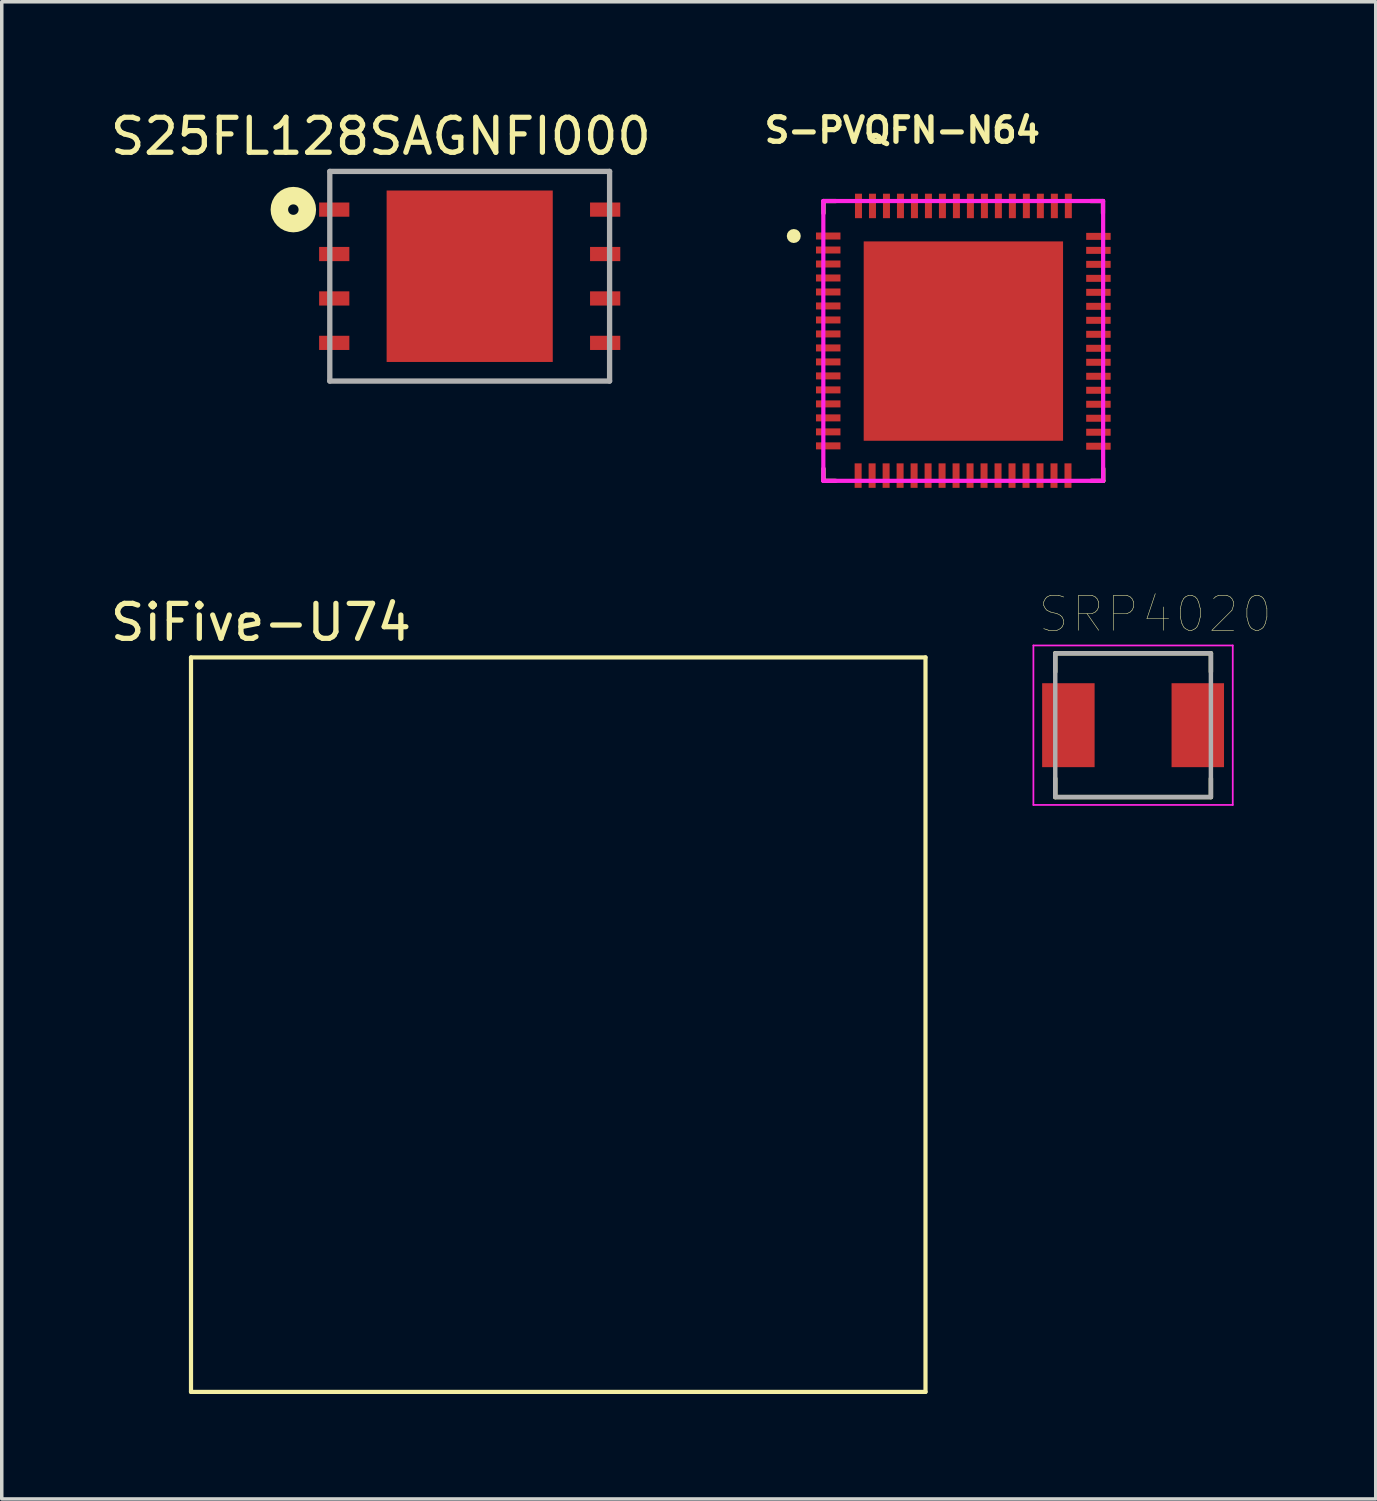
<source format=kicad_pcb>
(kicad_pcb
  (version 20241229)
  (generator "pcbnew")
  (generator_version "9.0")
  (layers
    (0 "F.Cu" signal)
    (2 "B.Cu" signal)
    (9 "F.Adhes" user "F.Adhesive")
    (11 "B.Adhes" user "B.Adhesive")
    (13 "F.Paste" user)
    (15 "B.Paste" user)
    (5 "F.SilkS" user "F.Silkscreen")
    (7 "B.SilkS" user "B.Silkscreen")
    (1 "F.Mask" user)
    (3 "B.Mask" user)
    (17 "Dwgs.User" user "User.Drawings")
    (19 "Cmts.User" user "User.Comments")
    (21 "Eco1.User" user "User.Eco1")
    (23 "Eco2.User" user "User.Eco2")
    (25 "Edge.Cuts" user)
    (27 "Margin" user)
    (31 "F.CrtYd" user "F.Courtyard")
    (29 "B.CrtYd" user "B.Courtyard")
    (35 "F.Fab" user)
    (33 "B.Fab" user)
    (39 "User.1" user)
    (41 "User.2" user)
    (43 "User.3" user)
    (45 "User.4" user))
  (footprint "SRP4020"
    (layer "F.Cu")
    (at 29.346 17.684)
    (property "Reference" "SRP4020" (at 0.635 -3.175 0) (layer "F.SilkS") (effects (font (size 1 1) (thickness 0.015))))
    (attr through_hole)
    (fp_line (start -2.225 -2.055) (end 2.225 -2.055) (stroke (width 0.127) (type solid)) (layer "F.SilkS"))
    (fp_line (start -2.225 -1.525) (end -2.225 -2.055) (stroke (width 0.127) (type solid)) (layer "F.SilkS"))
    (fp_line (start -2.225 2.055) (end -2.225 1.525) (stroke (width 0.127) (type solid)) (layer "F.SilkS"))
    (fp_line (start -2.225 2.055) (end 2.225 2.055) (stroke (width 0.127) (type solid)) (layer "F.SilkS"))
    (fp_line (start 2.225 -2.055) (end 2.225 -1.525) (stroke (width 0.127) (type solid)) (layer "F.SilkS"))
    (fp_line (start 2.225 2.055) (end 2.225 1.525) (stroke (width 0.127) (type solid)) (layer "F.SilkS"))
    (fp_line (start -2.85 -2.28) (end 2.85 -2.28) (stroke (width 0.05) (type solid)) (layer "F.CrtYd"))
    (fp_line (start -2.85 2.28) (end -2.85 -2.28) (stroke (width 0.05) (type solid)) (layer "F.CrtYd"))
    (fp_line (start 2.85 -2.28) (end 2.85 2.28) (stroke (width 0.05) (type solid)) (layer "F.CrtYd"))
    (fp_line (start 2.85 2.28) (end -2.85 2.28) (stroke (width 0.05) (type solid)) (layer "F.CrtYd"))
    (fp_line (start -2.225 -2.055) (end 2.225 -2.055) (stroke (width 0.127) (type solid)) (layer "F.Fab"))
    (fp_line (start -2.225 2.03) (end -2.225 -2.03) (stroke (width 0.127) (type solid)) (layer "F.Fab"))
    (fp_line (start 2.225 -2.03) (end 2.225 2.03) (stroke (width 0.127) (type solid)) (layer "F.Fab"))
    (fp_line (start 2.225 2.055) (end -2.225 2.055) (stroke (width 0.127) (type solid)) (layer "F.Fab"))
    (pad "1" smd rect (at -1.85 0) (size 1.5 2.4) (layers "F.Cu" "F.Mask" "F.Paste"))
    (pad "2" smd rect (at 1.85 0) (size 1.5 2.4) (layers "F.Cu" "F.Mask" "F.Paste")))
  (footprint "S25FL128SAGNFI000"
    (layer "F.Cu")
    (at 10.379 4.848)
    (property "Reference" "S25FL128SAGNFI000" (at -2.54 -4 0) (layer "F.SilkS") (effects (font (size 1 1) (thickness 0.15))))
    (attr through_hole)
    (fp_circle (center -5.042 -1.905) (end -4.892 -1.905) (stroke (width 0.5) (type solid)) (fill no) (layer "F.SilkS"))
    (fp_line (start -2.275 -2.351) (end -2.275 -0.917) (stroke (width 0.152) (type solid)) (layer "F.Paste"))
    (fp_line (start -2.275 -0.917) (end -0.892 -0.917) (stroke (width 0.152) (type solid)) (layer "F.Paste"))
    (fp_line (start -2.275 -0.717) (end -2.275 0.717) (stroke (width 0.152) (type solid)) (layer "F.Paste"))
    (fp_line (start -2.275 0.717) (end -0.892 0.717) (stroke (width 0.152) (type solid)) (layer "F.Paste"))
    (fp_line (start -2.275 0.917) (end -2.275 2.351) (stroke (width 0.152) (type solid)) (layer "F.Paste"))
    (fp_line (start -2.275 2.351) (end -0.892 2.351) (stroke (width 0.152) (type solid)) (layer "F.Paste"))
    (fp_line (start -0.892 -2.351) (end -2.275 -2.351) (stroke (width 0.152) (type solid)) (layer "F.Paste"))
    (fp_line (start -0.892 -0.917) (end -0.892 -2.351) (stroke (width 0.152) (type solid)) (layer "F.Paste"))
    (fp_line (start -0.892 -0.717) (end -2.275 -0.717) (stroke (width 0.152) (type solid)) (layer "F.Paste"))
    (fp_line (start -0.892 0.717) (end -0.892 -0.717) (stroke (width 0.152) (type solid)) (layer "F.Paste"))
    (fp_line (start -0.892 0.917) (end -2.275 0.917) (stroke (width 0.152) (type solid)) (layer "F.Paste"))
    (fp_line (start -0.892 2.351) (end -0.892 0.917) (stroke (width 0.152) (type solid)) (layer "F.Paste"))
    (fp_line (start -0.692 -2.351) (end -0.692 -0.917) (stroke (width 0.152) (type solid)) (layer "F.Paste"))
    (fp_line (start -0.692 -0.917) (end 0.692 -0.917) (stroke (width 0.152) (type solid)) (layer "F.Paste"))
    (fp_line (start -0.692 -0.717) (end -0.692 0.717) (stroke (width 0.152) (type solid)) (layer "F.Paste"))
    (fp_line (start -0.692 0.717) (end 0.692 0.717) (stroke (width 0.152) (type solid)) (layer "F.Paste"))
    (fp_line (start -0.692 0.917) (end -0.692 2.351) (stroke (width 0.152) (type solid)) (layer "F.Paste"))
    (fp_line (start -0.692 2.351) (end 0.692 2.351) (stroke (width 0.152) (type solid)) (layer "F.Paste"))
    (fp_line (start 0.692 -2.351) (end -0.692 -2.351) (stroke (width 0.152) (type solid)) (layer "F.Paste"))
    (fp_line (start 0.692 -0.917) (end 0.692 -2.351) (stroke (width 0.152) (type solid)) (layer "F.Paste"))
    (fp_line (start 0.692 -0.717) (end -0.692 -0.717) (stroke (width 0.152) (type solid)) (layer "F.Paste"))
    (fp_line (start 0.692 0.717) (end 0.692 -0.717) (stroke (width 0.152) (type solid)) (layer "F.Paste"))
    (fp_line (start 0.692 0.917) (end -0.692 0.917) (stroke (width 0.152) (type solid)) (layer "F.Paste"))
    (fp_line (start 0.692 2.351) (end 0.692 0.917) (stroke (width 0.152) (type solid)) (layer "F.Paste"))
    (fp_line (start 0.892 -2.351) (end 0.892 -0.917) (stroke (width 0.152) (type solid)) (layer "F.Paste"))
    (fp_line (start 0.892 -0.917) (end 2.275 -0.917) (stroke (width 0.152) (type solid)) (layer "F.Paste"))
    (fp_line (start 0.892 -0.717) (end 0.892 0.717) (stroke (width 0.152) (type solid)) (layer "F.Paste"))
    (fp_line (start 0.892 0.717) (end 2.275 0.717) (stroke (width 0.152) (type solid)) (layer "F.Paste"))
    (fp_line (start 0.892 0.917) (end 0.892 2.351) (stroke (width 0.152) (type solid)) (layer "F.Paste"))
    (fp_line (start 0.892 2.351) (end 2.275 2.351) (stroke (width 0.152) (type solid)) (layer "F.Paste"))
    (fp_line (start 2.275 -2.351) (end 0.892 -2.351) (stroke (width 0.152) (type solid)) (layer "F.Paste"))
    (fp_line (start 2.275 -0.917) (end 2.275 -2.351) (stroke (width 0.152) (type solid)) (layer "F.Paste"))
    (fp_line (start 2.275 -0.717) (end 0.892 -0.717) (stroke (width 0.152) (type solid)) (layer "F.Paste"))
    (fp_line (start 2.275 0.717) (end 2.275 -0.717) (stroke (width 0.152) (type solid)) (layer "F.Paste"))
    (fp_line (start 2.275 0.917) (end 0.892 0.917) (stroke (width 0.152) (type solid)) (layer "F.Paste"))
    (fp_line (start 2.275 2.351) (end 2.275 0.917) (stroke (width 0.152) (type solid)) (layer "F.Paste"))
    (fp_line (start -4 -2.997) (end -4 2.997) (stroke (width 0.152) (type solid)) (layer "F.Fab"))
    (fp_line (start -4 2.997) (end 4 2.997) (stroke (width 0.152) (type solid)) (layer "F.Fab"))
    (fp_line (start 4 -2.997) (end -4 -2.997) (stroke (width 0.152) (type solid)) (layer "F.Fab"))
    (fp_line (start 4 2.997) (end 4 -2.997) (stroke (width 0.152) (type solid)) (layer "F.Fab"))
    (pad "1" smd rect (at -3.873 -1.905) (size 0.864 0.406) (layers "F.Cu" "F.Mask" "F.Paste"))
    (pad "2" smd rect (at -3.873 -0.635) (size 0.864 0.406) (layers "F.Cu" "F.Mask" "F.Paste"))
    (pad "3" smd rect (at -3.873 0.635) (size 0.864 0.406) (layers "F.Cu" "F.Mask" "F.Paste"))
    (pad "4" smd rect (at -3.873 1.905) (size 0.864 0.406) (layers "F.Cu" "F.Mask" "F.Paste"))
    (pad "5" smd rect (at 3.873 1.905) (size 0.864 0.406) (layers "F.Cu" "F.Mask" "F.Paste"))
    (pad "6" smd rect (at 3.873 0.635) (size 0.864 0.406) (layers "F.Cu" "F.Mask" "F.Paste"))
    (pad "7" smd rect (at 3.873 -0.635) (size 0.864 0.406) (layers "F.Cu" "F.Mask" "F.Paste"))
    (pad "8" smd rect (at 3.873 -1.905) (size 0.864 0.406) (layers "F.Cu" "F.Mask" "F.Paste"))
    (pad "9" smd rect (at 0 0) (size 4.75 4.902) (layers "F.Cu" "F.Mask" "F.Paste")))
  (footprint "S-PVQFN-N64"
    (layer "F.Cu")
    (at 24.575 6.808)
    (property "Reference" "S-PVQFN-N64" (at -1.825 -6.135 0) (layer "F.SilkS") (effects (font (size 0.7 0.7) (thickness 0.15))))
    (attr through_hole)
    (fp_line (start -4.08 -4.11) (end -4.08 -3.76) (stroke (width 0.12) (type solid)) (layer "F.SilkS"))
    (fp_line (start -4.08 -4.11) (end -3.73 -4.11) (stroke (width 0.12) (type solid)) (layer "F.SilkS"))
    (fp_line (start -4.08 3.89) (end -4.08 3.54) (stroke (width 0.12) (type solid)) (layer "F.SilkS"))
    (fp_line (start -4.08 3.89) (end -3.73 3.89) (stroke (width 0.12) (type solid)) (layer "F.SilkS"))
    (fp_line (start 3.91 -4.11) (end 3.56 -4.11) (stroke (width 0.12) (type solid)) (layer "F.SilkS"))
    (fp_line (start 3.91 -4.11) (end 3.91 -3.76) (stroke (width 0.12) (type solid)) (layer "F.SilkS"))
    (fp_line (start 3.92 3.89) (end 3.57 3.89) (stroke (width 0.12) (type solid)) (layer "F.SilkS"))
    (fp_line (start 3.92 3.89) (end 3.92 3.54) (stroke (width 0.12) (type solid)) (layer "F.SilkS"))
    (fp_circle (center -4.93 -3.11) (end -4.83 -3.11) (stroke (width 0.2) (type solid)) (fill no) (layer "F.SilkS"))
    (fp_poly (pts (xy -2.69 -2.695) (xy -1.54 -2.695) (xy -1.54 -1.545) (xy -2.69 -1.545)) (stroke (width 0) (type solid)) (fill yes) (layer "F.Paste"))
    (fp_poly (pts (xy -2.69 -1.345) (xy -1.54 -1.345) (xy -1.54 -0.195) (xy -2.69 -0.195)) (stroke (width 0) (type solid)) (fill yes) (layer "F.Paste"))
    (fp_poly (pts (xy -2.69 0.005) (xy -1.54 0.005) (xy -1.54 1.155) (xy -2.69 1.155)) (stroke (width 0) (type solid)) (fill yes) (layer "F.Paste"))
    (fp_poly (pts (xy -2.69 1.355) (xy -1.54 1.355) (xy -1.54 2.505) (xy -2.69 2.505)) (stroke (width 0) (type solid)) (fill yes) (layer "F.Paste"))
    (fp_poly (pts (xy -1.34 -2.695) (xy -0.19 -2.695) (xy -0.19 -1.545) (xy -1.34 -1.545)) (stroke (width 0) (type solid)) (fill yes) (layer "F.Paste"))
    (fp_poly (pts (xy -1.34 -1.345) (xy -0.19 -1.345) (xy -0.19 -0.195) (xy -1.34 -0.195)) (stroke (width 0) (type solid)) (fill yes) (layer "F.Paste"))
    (fp_poly (pts (xy -1.34 0.005) (xy -0.19 0.005) (xy -0.19 1.155) (xy -1.34 1.155)) (stroke (width 0) (type solid)) (fill yes) (layer "F.Paste"))
    (fp_poly (pts (xy -1.34 1.355) (xy -0.19 1.355) (xy -0.19 2.505) (xy -1.34 2.505)) (stroke (width 0) (type solid)) (fill yes) (layer "F.Paste"))
    (fp_poly (pts (xy 0.01 1.355) (xy 1.16 1.355) (xy 1.16 2.505) (xy 0.01 2.505)) (stroke (width 0) (type solid)) (fill yes) (layer "F.Paste"))
    (fp_poly (pts (xy 1.16 -1.545) (xy 0.01 -1.545) (xy 0.01 -2.695) (xy 1.16 -2.695)) (stroke (width 0) (type solid)) (fill yes) (layer "F.Paste"))
    (fp_poly (pts (xy 1.16 -1.345) (xy 1.16 -0.195) (xy 0.01 -0.195) (xy 0.01 -1.345)) (stroke (width 0) (type solid)) (fill yes) (layer "F.Paste"))
    (fp_poly (pts (xy 1.16 0.005) (xy 1.16 1.155) (xy 0.01 1.155) (xy 0.01 0.005)) (stroke (width 0) (type solid)) (fill yes) (layer "F.Paste"))
    (fp_poly (pts (xy 1.36 -1.345) (xy 2.51 -1.345) (xy 2.51 -0.195) (xy 1.36 -0.195)) (stroke (width 0) (type solid)) (fill yes) (layer "F.Paste"))
    (fp_poly (pts (xy 1.36 0.005) (xy 2.51 0.005) (xy 2.51 1.155) (xy 1.36 1.155)) (stroke (width 0) (type solid)) (fill yes) (layer "F.Paste"))
    (fp_poly (pts (xy 1.36 1.355) (xy 2.51 1.355) (xy 2.51 2.505) (xy 1.36 2.505)) (stroke (width 0) (type solid)) (fill yes) (layer "F.Paste"))
    (fp_poly (pts (xy 2.51 -1.545) (xy 1.36 -1.545) (xy 1.36 -2.695) (xy 2.51 -2.695)) (stroke (width 0) (type solid)) (fill yes) (layer "F.Paste"))
    (fp_line (start -4.085 -4.11) (end -4.085 3.89) (stroke (width 0.12) (type solid)) (layer "F.CrtYd"))
    (fp_line (start -4.085 3.89) (end 3.915 3.89) (stroke (width 0.12) (type solid)) (layer "F.CrtYd"))
    (fp_line (start 3.915 -4.11) (end -4.085 -4.11) (stroke (width 0.12) (type solid)) (layer "F.CrtYd"))
    (fp_line (start 3.915 3.89) (end 3.915 -4.11) (stroke (width 0.12) (type solid)) (layer "F.CrtYd"))
    (pad "1" smd rect (at -3.945 -3.11) (size 0.7 0.2) (layers "F.Cu" "F.Mask" "F.Paste"))
    (pad "2" smd rect (at -3.945 -2.71) (size 0.7 0.2) (layers "F.Cu" "F.Mask" "F.Paste"))
    (pad "3" smd rect (at -3.945 -2.31) (size 0.7 0.2) (layers "F.Cu" "F.Mask" "F.Paste"))
    (pad "4" smd rect (at -3.945 -1.91) (size 0.7 0.2) (layers "F.Cu" "F.Mask" "F.Paste"))
    (pad "5" smd rect (at -3.945 -1.51) (size 0.7 0.2) (layers "F.Cu" "F.Mask" "F.Paste"))
    (pad "6" smd rect (at -3.945 -1.11) (size 0.7 0.2) (layers "F.Cu" "F.Mask" "F.Paste"))
    (pad "7" smd rect (at -3.945 -0.71) (size 0.7 0.2) (layers "F.Cu" "F.Mask" "F.Paste"))
    (pad "8" smd rect (at -3.945 -0.31) (size 0.7 0.2) (layers "F.Cu" "F.Mask" "F.Paste"))
    (pad "9" smd rect (at -3.945 0.09) (size 0.7 0.2) (layers "F.Cu" "F.Mask" "F.Paste"))
    (pad "10" smd rect (at -3.945 0.49) (size 0.7 0.2) (layers "F.Cu" "F.Mask" "F.Paste"))
    (pad "11" smd rect (at -3.945 0.89) (size 0.7 0.2) (layers "F.Cu" "F.Mask" "F.Paste"))
    (pad "12" smd rect (at -3.945 1.29) (size 0.7 0.2) (layers "F.Cu" "F.Mask" "F.Paste"))
    (pad "13" smd rect (at -3.945 1.69) (size 0.7 0.2) (layers "F.Cu" "F.Mask" "F.Paste"))
    (pad "14" smd rect (at -3.945 2.09) (size 0.7 0.2) (layers "F.Cu" "F.Mask" "F.Paste"))
    (pad "15" smd rect (at -3.945 2.49) (size 0.7 0.2) (layers "F.Cu" "F.Mask" "F.Paste"))
    (pad "16" smd rect (at -3.945 2.89) (size 0.7 0.2) (layers "F.Cu" "F.Mask" "F.Paste"))
    (pad "17" smd rect (at -3.09 3.74) (size 0.2 0.7) (layers "F.Cu" "F.Mask" "F.Paste"))
    (pad "18" smd rect (at -2.69 3.74) (size 0.2 0.7) (layers "F.Cu" "F.Mask" "F.Paste"))
    (pad "19" smd rect (at -2.29 3.74) (size 0.2 0.7) (layers "F.Cu" "F.Mask" "F.Paste"))
    (pad "20" smd rect (at -1.89 3.74) (size 0.2 0.7) (layers "F.Cu" "F.Mask" "F.Paste"))
    (pad "21" smd rect (at -1.49 3.74) (size 0.2 0.7) (layers "F.Cu" "F.Mask" "F.Paste"))
    (pad "22" smd rect (at -1.09 3.74) (size 0.2 0.7) (layers "F.Cu" "F.Mask" "F.Paste"))
    (pad "23" smd rect (at -0.69 3.74) (size 0.2 0.7) (layers "F.Cu" "F.Mask" "F.Paste"))
    (pad "24" smd rect (at -0.29 3.74) (size 0.2 0.7) (layers "F.Cu" "F.Mask" "F.Paste"))
    (pad "25" smd rect (at 0.11 3.74) (size 0.2 0.7) (layers "F.Cu" "F.Mask" "F.Paste"))
    (pad "26" smd rect (at 0.51 3.74) (size 0.2 0.7) (layers "F.Cu" "F.Mask" "F.Paste"))
    (pad "27" smd rect (at 0.91 3.74) (size 0.2 0.7) (layers "F.Cu" "F.Mask" "F.Paste"))
    (pad "28" smd rect (at 1.31 3.74) (size 0.2 0.7) (layers "F.Cu" "F.Mask" "F.Paste"))
    (pad "29" smd rect (at 1.71 3.74) (size 0.2 0.7) (layers "F.Cu" "F.Mask" "F.Paste"))
    (pad "30" smd rect (at 2.11 3.74) (size 0.2 0.7) (layers "F.Cu" "F.Mask" "F.Paste"))
    (pad "31" smd rect (at 2.51 3.74) (size 0.2 0.7) (layers "F.Cu" "F.Mask" "F.Paste"))
    (pad "32" smd rect (at 2.91 3.74) (size 0.2 0.7) (layers "F.Cu" "F.Mask" "F.Paste"))
    (pad "33" smd rect (at 3.78 2.9) (size 0.7 0.2) (layers "F.Cu" "F.Mask" "F.Paste"))
    (pad "34" smd rect (at 3.78 2.5) (size 0.7 0.2) (layers "F.Cu" "F.Mask" "F.Paste"))
    (pad "35" smd rect (at 3.78 2.1) (size 0.7 0.2) (layers "F.Cu" "F.Mask" "F.Paste"))
    (pad "36" smd rect (at 3.78 1.7) (size 0.7 0.2) (layers "F.Cu" "F.Mask" "F.Paste"))
    (pad "37" smd rect (at 3.78 1.3) (size 0.7 0.2) (layers "F.Cu" "F.Mask" "F.Paste"))
    (pad "38" smd rect (at 3.78 0.9) (size 0.7 0.2) (layers "F.Cu" "F.Mask" "F.Paste"))
    (pad "39" smd rect (at 3.78 0.5) (size 0.7 0.2) (layers "F.Cu" "F.Mask" "F.Paste"))
    (pad "40" smd rect (at 3.78 0.1) (size 0.7 0.2) (layers "F.Cu" "F.Mask" "F.Paste"))
    (pad "41" smd rect (at 3.78 -0.3) (size 0.7 0.2) (layers "F.Cu" "F.Mask" "F.Paste"))
    (pad "42" smd rect (at 3.78 -0.7) (size 0.7 0.2) (layers "F.Cu" "F.Mask" "F.Paste"))
    (pad "43" smd rect (at 3.78 -1.1) (size 0.7 0.2) (layers "F.Cu" "F.Mask" "F.Paste"))
    (pad "44" smd rect (at 3.78 -1.5) (size 0.7 0.2) (layers "F.Cu" "F.Mask" "F.Paste"))
    (pad "45" smd rect (at 3.78 -1.9) (size 0.7 0.2) (layers "F.Cu" "F.Mask" "F.Paste"))
    (pad "46" smd rect (at 3.78 -2.3) (size 0.7 0.2) (layers "F.Cu" "F.Mask" "F.Paste"))
    (pad "47" smd rect (at 3.78 -2.7) (size 0.7 0.2) (layers "F.Cu" "F.Mask" "F.Paste"))
    (pad "48" smd rect (at 3.78 -3.1) (size 0.7 0.2) (layers "F.Cu" "F.Mask" "F.Paste"))
    (pad "49" smd rect (at 2.92 -3.97) (size 0.2 0.7) (layers "F.Cu" "F.Mask" "F.Paste"))
    (pad "50" smd rect (at 2.52 -3.97) (size 0.2 0.7) (layers "F.Cu" "F.Mask" "F.Paste"))
    (pad "51" smd rect (at 2.12 -3.97) (size 0.2 0.7) (layers "F.Cu" "F.Mask" "F.Paste"))
    (pad "52" smd rect (at 1.72 -3.97) (size 0.2 0.7) (layers "F.Cu" "F.Mask" "F.Paste"))
    (pad "53" smd rect (at 1.32 -3.97) (size 0.2 0.7) (layers "F.Cu" "F.Mask" "F.Paste"))
    (pad "54" smd rect (at 0.92 -3.97) (size 0.2 0.7) (layers "F.Cu" "F.Mask" "F.Paste"))
    (pad "55" smd rect (at 0.52 -3.97) (size 0.2 0.7) (layers "F.Cu" "F.Mask" "F.Paste"))
    (pad "56" smd rect (at 0.12 -3.97) (size 0.2 0.7) (layers "F.Cu" "F.Mask" "F.Paste"))
    (pad "57" smd rect (at -0.28 -3.97) (size 0.2 0.7) (layers "F.Cu" "F.Mask" "F.Paste"))
    (pad "58" smd rect (at -0.68 -3.97) (size 0.2 0.7) (layers "F.Cu" "F.Mask" "F.Paste"))
    (pad "59" smd rect (at -1.08 -3.97) (size 0.2 0.7) (layers "F.Cu" "F.Mask" "F.Paste"))
    (pad "60" smd rect (at -1.48 -3.97) (size 0.2 0.7) (layers "F.Cu" "F.Mask" "F.Paste"))
    (pad "61" smd rect (at -1.88 -3.97) (size 0.2 0.7) (layers "F.Cu" "F.Mask" "F.Paste"))
    (pad "62" smd rect (at -2.28 -3.97) (size 0.2 0.7) (layers "F.Cu" "F.Mask" "F.Paste"))
    (pad "63" smd rect (at -2.68 -3.97) (size 0.2 0.7) (layers "F.Cu" "F.Mask" "F.Paste"))
    (pad "64" smd rect (at -3.08 -3.97) (size 0.2 0.7) (layers "F.Cu" "F.Mask" "F.Paste"))
    (pad "65" smd rect (at -0.081 -0.106) (size 5.7 5.7) (layers "F.Cu" "F.Mask")))
  (footprint "SiFive-U74"
    (layer "F.Cu")
    (at 2.411 15.746)
    (property "Reference" "SiFive-U74" (at 2 -1 0) (layer "F.SilkS") (effects (font (size 1 1) (thickness 0.15))))
    (attr through_hole)
    (fp_line (start 0 0) (end 21 0) (stroke (width 0.12) (type solid)) (layer "F.SilkS"))
    (fp_line (start 0 21) (end 0 0) (stroke (width 0.12) (type solid)) (layer "F.SilkS"))
    (fp_line (start 21 0) (end 21 21) (stroke (width 0.12) (type solid)) (layer "F.SilkS"))
    (fp_line (start 21 21) (end 0 21) (stroke (width 0.12) (type solid)) (layer "F.SilkS")))
  (gr_rect
    (start -3 -3)
    (end 36.284 39.806)
    (stroke (width 0.1) (type default))
    (fill no)
    (layer "Edge.Cuts")))
</source>
